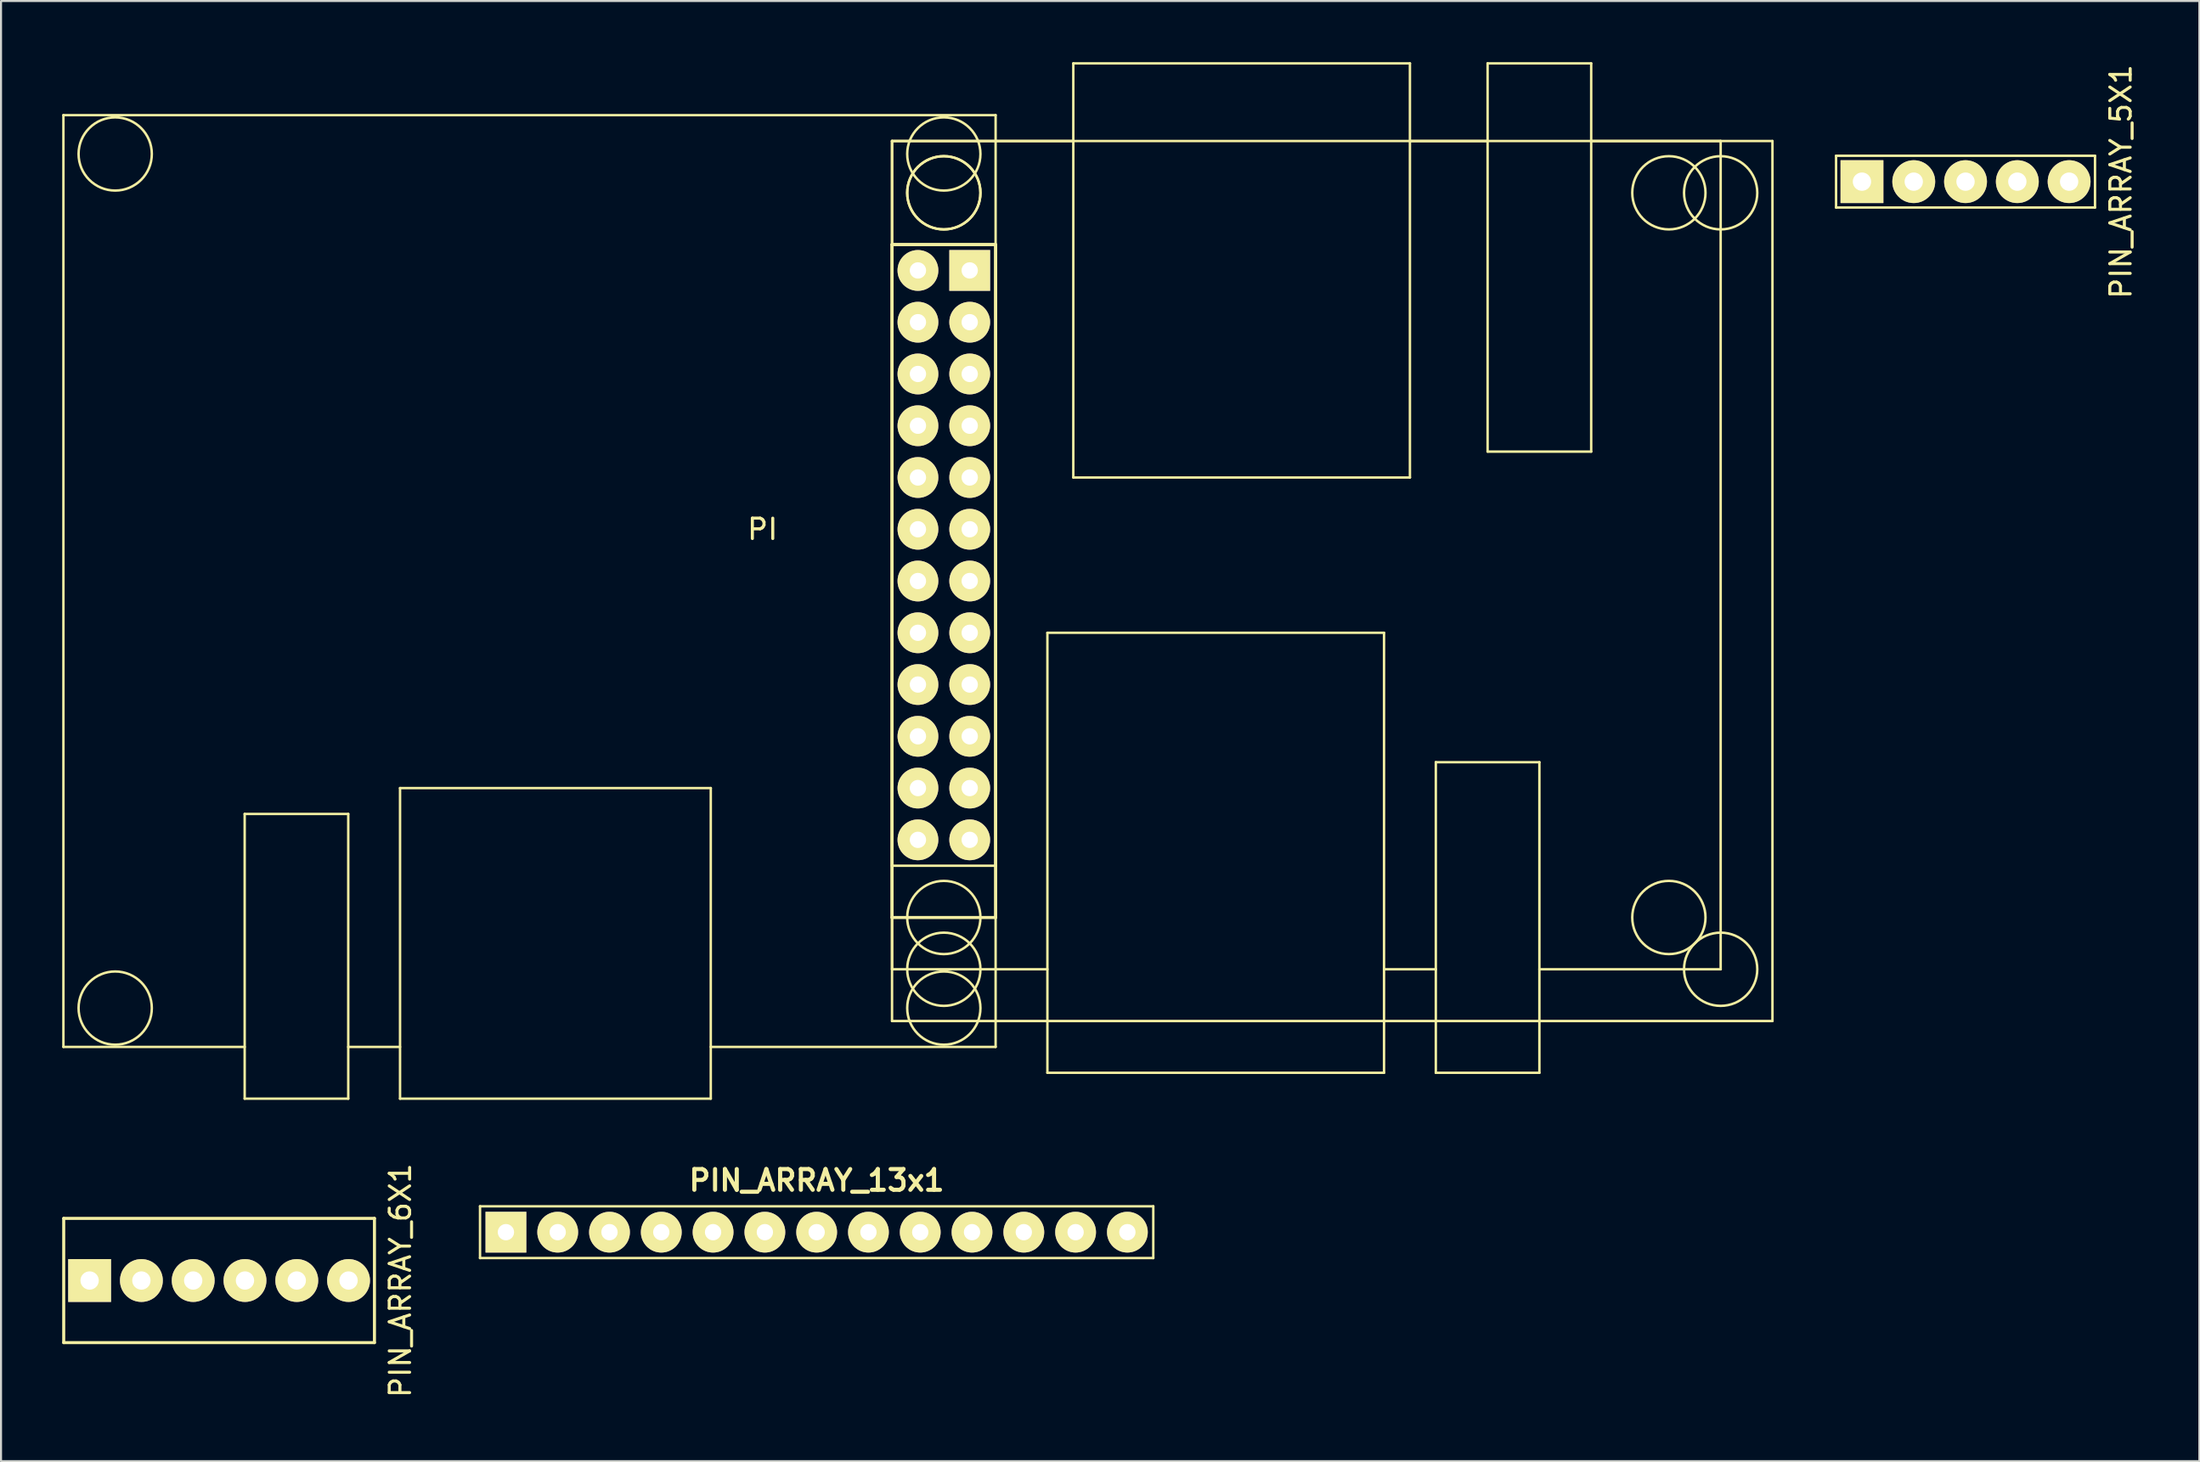
<source format=kicad_pcb>
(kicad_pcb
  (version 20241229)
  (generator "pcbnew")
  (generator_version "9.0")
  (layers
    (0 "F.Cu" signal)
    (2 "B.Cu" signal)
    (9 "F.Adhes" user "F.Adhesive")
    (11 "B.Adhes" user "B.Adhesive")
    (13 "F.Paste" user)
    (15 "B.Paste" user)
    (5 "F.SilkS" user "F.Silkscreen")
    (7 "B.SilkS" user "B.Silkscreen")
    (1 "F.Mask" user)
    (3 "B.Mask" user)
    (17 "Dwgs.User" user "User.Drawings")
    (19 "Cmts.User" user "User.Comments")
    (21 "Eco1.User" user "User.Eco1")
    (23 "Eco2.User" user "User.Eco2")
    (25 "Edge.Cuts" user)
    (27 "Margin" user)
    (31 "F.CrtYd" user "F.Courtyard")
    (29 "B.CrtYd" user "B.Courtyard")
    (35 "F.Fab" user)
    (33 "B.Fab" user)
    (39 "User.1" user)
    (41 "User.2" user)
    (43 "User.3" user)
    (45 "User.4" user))
  (footprint "PI"
    (layer "F.Cu")
    (at 44.51 25.46)
    (property "Reference" "PI" (at -10.16 -2.54 180) (layer "F.SilkS") (effects (font (size 1 1) (thickness 0.15))))
    (attr through_hole)
    (fp_line (start -44.45 22.86) (end -44.45 -22.86) (stroke (width 0.12) (type solid)) (layer "F.SilkS"))
    (fp_line (start -35.56 22.86) (end -44.45 22.86) (stroke (width 0.12) (type solid)) (layer "F.SilkS"))
    (fp_line (start -35.56 25.4) (end -35.56 11.43) (stroke (width 0.12) (type solid)) (layer "F.SilkS"))
    (fp_line (start -30.48 11.43) (end -35.56 11.43) (stroke (width 0.12) (type solid)) (layer "F.SilkS"))
    (fp_line (start -30.48 25.4) (end -35.56 25.4) (stroke (width 0.12) (type solid)) (layer "F.SilkS"))
    (fp_line (start -30.48 25.4) (end -30.48 11.43) (stroke (width 0.12) (type solid)) (layer "F.SilkS"))
    (fp_line (start -27.94 22.86) (end -30.48 22.86) (stroke (width 0.12) (type solid)) (layer "F.SilkS"))
    (fp_line (start -27.94 25.4) (end -27.94 10.16) (stroke (width 0.12) (type solid)) (layer "F.SilkS"))
    (fp_line (start -12.7 10.16) (end -27.94 10.16) (stroke (width 0.12) (type solid)) (layer "F.SilkS"))
    (fp_line (start -12.7 25.4) (end -27.94 25.4) (stroke (width 0.12) (type solid)) (layer "F.SilkS"))
    (fp_line (start -12.7 25.4) (end -12.7 10.16) (stroke (width 0.12) (type solid)) (layer "F.SilkS"))
    (fp_line (start -3.81 -21.59) (end -3.81 -16.51) (stroke (width 0.12) (type solid)) (layer "F.SilkS"))
    (fp_line (start -3.81 -21.59) (end 5.08 -21.59) (stroke (width 0.12) (type solid)) (layer "F.SilkS"))
    (fp_line (start -3.81 -21.59) (end 36.83 -21.59) (stroke (width 0.12) (type solid)) (layer "F.SilkS"))
    (fp_line (start -3.81 -16.51) (end -3.81 16.51) (stroke (width 0.12) (type solid)) (layer "F.SilkS"))
    (fp_line (start -3.81 -16.51) (end 1.27 -16.51) (stroke (width 0.15) (type solid)) (layer "F.SilkS"))
    (fp_line (start -3.81 13.97) (end -3.81 -16.51) (stroke (width 0.12) (type solid)) (layer "F.SilkS"))
    (fp_line (start -3.81 16.51) (end -3.81 -16.51) (stroke (width 0.15) (type solid)) (layer "F.SilkS"))
    (fp_line (start -3.81 16.51) (end -3.81 21.59) (stroke (width 0.12) (type solid)) (layer "F.SilkS"))
    (fp_line (start -3.81 16.51) (end 1.27 16.51) (stroke (width 0.12) (type solid)) (layer "F.SilkS"))
    (fp_line (start -3.81 19.05) (end -3.81 -21.59) (stroke (width 0.12) (type solid)) (layer "F.SilkS"))
    (fp_line (start -3.81 21.59) (end 39.37 21.59) (stroke (width 0.12) (type solid)) (layer "F.SilkS"))
    (fp_line (start 1.27 -22.86) (end -44.45 -22.86) (stroke (width 0.12) (type solid)) (layer "F.SilkS"))
    (fp_line (start 1.27 -16.51) (end -3.81 -16.51) (stroke (width 0.12) (type solid)) (layer "F.SilkS"))
    (fp_line (start 1.27 -16.51) (end -3.81 -16.51) (stroke (width 0.12) (type solid)) (layer "F.SilkS"))
    (fp_line (start 1.27 -16.51) (end 1.27 -22.86) (stroke (width 0.12) (type solid)) (layer "F.SilkS"))
    (fp_line (start 1.27 -16.51) (end 1.27 13.97) (stroke (width 0.12) (type solid)) (layer "F.SilkS"))
    (fp_line (start 1.27 -16.51) (end 1.27 16.51) (stroke (width 0.15) (type solid)) (layer "F.SilkS"))
    (fp_line (start 1.27 13.97) (end -3.81 13.97) (stroke (width 0.12) (type solid)) (layer "F.SilkS"))
    (fp_line (start 1.27 16.51) (end -3.81 16.51) (stroke (width 0.15) (type solid)) (layer "F.SilkS"))
    (fp_line (start 1.27 16.51) (end 1.27 -16.51) (stroke (width 0.12) (type solid)) (layer "F.SilkS"))
    (fp_line (start 1.27 22.86) (end -12.7 22.86) (stroke (width 0.12) (type solid)) (layer "F.SilkS"))
    (fp_line (start 1.27 22.86) (end 1.27 16.51) (stroke (width 0.12) (type solid)) (layer "F.SilkS"))
    (fp_line (start 3.81 2.54) (end 3.81 24.13) (stroke (width 0.12) (type solid)) (layer "F.SilkS"))
    (fp_line (start 3.81 2.54) (end 20.32 2.54) (stroke (width 0.12) (type solid)) (layer "F.SilkS"))
    (fp_line (start 3.81 19.05) (end -3.81 19.05) (stroke (width 0.12) (type solid)) (layer "F.SilkS"))
    (fp_line (start 5.08 -25.4) (end 21.59 -25.4) (stroke (width 0.12) (type solid)) (layer "F.SilkS"))
    (fp_line (start 5.08 -5.08) (end 5.08 -25.4) (stroke (width 0.12) (type solid)) (layer "F.SilkS"))
    (fp_line (start 20.32 24.13) (end 3.81 24.13) (stroke (width 0.12) (type solid)) (layer "F.SilkS"))
    (fp_line (start 20.32 24.13) (end 20.32 2.54) (stroke (width 0.12) (type solid)) (layer "F.SilkS"))
    (fp_line (start 21.59 -25.4) (end 21.59 -5.08) (stroke (width 0.12) (type solid)) (layer "F.SilkS"))
    (fp_line (start 21.59 -5.08) (end 5.08 -5.08) (stroke (width 0.12) (type solid)) (layer "F.SilkS"))
    (fp_line (start 22.86 8.89) (end 22.86 24.13) (stroke (width 0.12) (type solid)) (layer "F.SilkS"))
    (fp_line (start 22.86 8.89) (end 27.94 8.89) (stroke (width 0.12) (type solid)) (layer "F.SilkS"))
    (fp_line (start 22.86 19.05) (end 20.32 19.05) (stroke (width 0.12) (type solid)) (layer "F.SilkS"))
    (fp_line (start 25.4 -25.4) (end 30.48 -25.4) (stroke (width 0.12) (type solid)) (layer "F.SilkS"))
    (fp_line (start 25.4 -21.59) (end 21.59 -21.59) (stroke (width 0.12) (type solid)) (layer "F.SilkS"))
    (fp_line (start 25.4 -6.35) (end 25.4 -25.4) (stroke (width 0.12) (type solid)) (layer "F.SilkS"))
    (fp_line (start 27.94 24.13) (end 22.86 24.13) (stroke (width 0.12) (type solid)) (layer "F.SilkS"))
    (fp_line (start 27.94 24.13) (end 27.94 8.89) (stroke (width 0.12) (type solid)) (layer "F.SilkS"))
    (fp_line (start 30.48 -25.4) (end 30.48 -6.35) (stroke (width 0.12) (type solid)) (layer "F.SilkS"))
    (fp_line (start 30.48 -21.59) (end 39.37 -21.59) (stroke (width 0.12) (type solid)) (layer "F.SilkS"))
    (fp_line (start 30.48 -6.35) (end 25.4 -6.35) (stroke (width 0.12) (type solid)) (layer "F.SilkS"))
    (fp_line (start 36.83 -21.59) (end 36.83 19.05) (stroke (width 0.12) (type solid)) (layer "F.SilkS"))
    (fp_line (start 36.83 19.05) (end 27.94 19.05) (stroke (width 0.12) (type solid)) (layer "F.SilkS"))
    (fp_line (start 39.37 -21.59) (end 39.37 21.59) (stroke (width 0.12) (type solid)) (layer "F.SilkS"))
    (fp_circle (center -41.91 -20.955) (end -40.64 -22.225) (stroke (width 0.12) (type solid)) (fill no) (layer "F.SilkS"))
    (fp_circle (center -41.91 20.955) (end -43.18 19.685) (stroke (width 0.12) (type solid)) (fill no) (layer "F.SilkS"))
    (fp_circle (center -1.27 -20.955) (end -2.54 -22.225) (stroke (width 0.12) (type solid)) (fill no) (layer "F.SilkS"))
    (fp_circle (center -1.27 -19.05) (end 0 -20.32) (stroke (width 0.12) (type solid)) (fill no) (layer "F.SilkS"))
    (fp_circle (center -1.27 -19.05) (end 0 -17.78) (stroke (width 0.12) (type solid)) (fill no) (layer "F.SilkS"))
    (fp_circle (center -1.27 16.51) (end -2.54 15.24) (stroke (width 0.12) (type solid)) (fill no) (layer "F.SilkS"))
    (fp_circle (center -1.27 19.05) (end 0 20.32) (stroke (width 0.12) (type solid)) (fill no) (layer "F.SilkS"))
    (fp_circle (center -1.27 20.955) (end -2.54 19.685) (stroke (width 0.12) (type solid)) (fill no) (layer "F.SilkS"))
    (fp_circle (center 34.29 -19.05) (end 33.02 -20.32) (stroke (width 0.12) (type solid)) (fill no) (layer "F.SilkS"))
    (fp_circle (center 34.29 16.51) (end 33.02 15.24) (stroke (width 0.12) (type solid)) (fill no) (layer "F.SilkS"))
    (fp_circle (center 36.83 -19.05) (end 38.1 -17.78) (stroke (width 0.12) (type solid)) (fill no) (layer "F.SilkS"))
    (fp_circle (center 36.83 19.05) (end 35.56 20.32) (stroke (width 0.12) (type solid)) (fill no) (layer "F.SilkS"))
    (pad "1" thru_hole rect (at 0 -15.24 270) (size 2 2) (drill 0.8) (layers "*.Cu" "*.Mask" "F.SilkS"))
    (pad "2" thru_hole circle (at -2.54 -15.24 270) (size 2 2) (drill 0.8) (layers "*.Cu" "*.Mask" "F.SilkS"))
    (pad "3" thru_hole circle (at 0 -12.7 270) (size 2 2) (drill 0.8) (layers "*.Cu" "*.Mask" "F.SilkS"))
    (pad "4" thru_hole circle (at -2.54 -12.7 270) (size 2 2) (drill 0.8) (layers "*.Cu" "*.Mask" "F.SilkS"))
    (pad "5" thru_hole circle (at 0 -10.16 270) (size 2 2) (drill 0.8) (layers "*.Cu" "*.Mask" "F.SilkS"))
    (pad "6" thru_hole circle (at -2.54 -10.16 270) (size 2 2) (drill 0.8) (layers "*.Cu" "*.Mask" "F.SilkS"))
    (pad "7" thru_hole circle (at 0 -7.62 270) (size 2 2) (drill 0.8) (layers "*.Cu" "*.Mask" "F.SilkS"))
    (pad "8" thru_hole circle (at -2.54 -7.62 270) (size 2 2) (drill 0.8) (layers "*.Cu" "*.Mask" "F.SilkS"))
    (pad "9" thru_hole circle (at 0 -5.08 270) (size 2 2) (drill 0.8) (layers "*.Cu" "*.Mask" "F.SilkS"))
    (pad "10" thru_hole circle (at -2.54 -5.08 270) (size 2 2) (drill 0.8) (layers "*.Cu" "*.Mask" "F.SilkS"))
    (pad "11" thru_hole circle (at 0 -2.54 270) (size 1.999 1.999) (drill 0.8) (layers "*.Cu" "*.Mask" "F.SilkS"))
    (pad "12" thru_hole circle (at -2.54 -2.54 270) (size 1.999 1.999) (drill 0.8) (layers "*.Cu" "*.Mask" "F.SilkS"))
    (pad "13" thru_hole circle (at 0 0 270) (size 1.999 1.999) (drill 0.8) (layers "*.Cu" "*.Mask" "F.SilkS"))
    (pad "14" thru_hole circle (at -2.54 0 270) (size 1.999 1.999) (drill 0.8) (layers "*.Cu" "*.Mask" "F.SilkS"))
    (pad "15" thru_hole circle (at 0 2.54 270) (size 1.999 1.999) (drill 0.8) (layers "*.Cu" "*.Mask" "F.SilkS"))
    (pad "16" thru_hole circle (at -2.54 2.54 270) (size 1.999 1.999) (drill 0.8) (layers "*.Cu" "*.Mask" "F.SilkS"))
    (pad "17" thru_hole circle (at 0 5.08) (size 1.999 1.999) (drill 0.8) (layers "*.Cu" "*.Mask" "F.SilkS"))
    (pad "18" thru_hole circle (at -2.54 5.08 270) (size 1.999 1.999) (drill 0.8) (layers "*.Cu" "*.Mask" "F.SilkS"))
    (pad "19" thru_hole circle (at 0 7.62 270) (size 1.999 1.999) (drill 0.8) (layers "*.Cu" "*.Mask" "F.SilkS"))
    (pad "20" thru_hole circle (at -2.54 7.62 270) (size 1.999 1.999) (drill 0.8) (layers "*.Cu" "*.Mask" "F.SilkS"))
    (pad "21" thru_hole circle (at 0 10.16 270) (size 1.999 1.999) (drill 0.8) (layers "*.Cu" "*.Mask" "F.SilkS"))
    (pad "22" thru_hole circle (at -2.54 10.16 270) (size 1.999 1.999) (drill 0.8) (layers "*.Cu" "*.Mask" "F.SilkS"))
    (pad "23" thru_hole circle (at 0 12.7 270) (size 1.999 1.999) (drill 0.8) (layers "*.Cu" "*.Mask" "F.SilkS"))
    (pad "24" thru_hole circle (at -2.54 12.7 270) (size 1.999 1.999) (drill 0.8) (layers "*.Cu" "*.Mask" "F.SilkS")))
  (footprint "PIN_ARRAY_13x1"
    (layer "F.Cu")
    (at 37.003 57.411)
    (property "Reference" "PIN_ARRAY_13x1" (at 0 -2.54 0) (layer "F.SilkS") (effects (font (size 1.016 1.016) (thickness 0.203))))
    (attr through_hole)
    (fp_line (start -16.51 -1.27) (end -16.51 1.27) (stroke (width 0.12) (type solid)) (layer "F.SilkS"))
    (fp_line (start -16.51 -1.27) (end 16.51 -1.27) (stroke (width 0.12) (type solid)) (layer "F.SilkS"))
    (fp_line (start -16.51 1.27) (end 16.51 1.27) (stroke (width 0.12) (type solid)) (layer "F.SilkS"))
    (fp_line (start 16.51 -1.27) (end 16.51 1.27) (stroke (width 0.12) (type solid)) (layer "F.SilkS"))
    (pad "1" thru_hole rect (at -15.24 0) (size 2 2) (drill 0.8) (layers "*.Cu" "*.Mask" "F.SilkS"))
    (pad "2" thru_hole circle (at -12.7 0) (size 2 2) (drill 0.8) (layers "*.Cu" "*.Mask" "F.SilkS"))
    (pad "3" thru_hole circle (at -10.16 0) (size 2 2) (drill 0.8) (layers "*.Cu" "*.Mask" "F.SilkS"))
    (pad "4" thru_hole circle (at -7.62 0) (size 2 2) (drill 0.8) (layers "*.Cu" "*.Mask" "F.SilkS"))
    (pad "5" thru_hole circle (at -5.08 0) (size 2 2) (drill 0.8) (layers "*.Cu" "*.Mask" "F.SilkS"))
    (pad "6" thru_hole circle (at -2.54 0) (size 1.999 1.999) (drill 0.8) (layers "*.Cu" "*.Mask" "F.SilkS"))
    (pad "7" thru_hole circle (at 0 0) (size 1.999 1.999) (drill 0.8) (layers "*.Cu" "*.Mask" "F.SilkS"))
    (pad "8" thru_hole circle (at 2.54 0) (size 1.999 1.999) (drill 0.8) (layers "*.Cu" "*.Mask" "F.SilkS"))
    (pad "9" thru_hole circle (at 5.08 0) (size 1.999 1.999) (drill 0.8) (layers "*.Cu" "*.Mask" "F.SilkS"))
    (pad "10" thru_hole circle (at 7.62 0) (size 1.999 1.999) (drill 0.8) (layers "*.Cu" "*.Mask" "F.SilkS"))
    (pad "11" thru_hole circle (at 10.16 0) (size 1.999 1.999) (drill 0.8) (layers "*.Cu" "*.Mask" "F.SilkS"))
    (pad "12" thru_hole circle (at 12.7 0) (size 1.999 1.999) (drill 0.8) (layers "*.Cu" "*.Mask" "F.SilkS"))
    (pad "13" thru_hole circle (at 15.24 0) (size 1.999 1.999) (drill 0.8) (layers "*.Cu" "*.Mask" "F.SilkS")))
  (footprint "PIN_ARRAY_5X1"
    (layer "F.Cu")
    (at 93.35 5.863)
    (property "Reference" "PIN_ARRAY_5X1" (at 7.62 0 90) (layer "F.SilkS") (effects (font (size 1 1) (thickness 0.15))))
    (attr through_hole)
    (fp_line (start -6.35 -1.27) (end -6.35 1.27) (stroke (width 0.12) (type solid)) (layer "F.SilkS"))
    (fp_line (start -6.35 1.27) (end 6.35 1.27) (stroke (width 0.12) (type solid)) (layer "F.SilkS"))
    (fp_line (start 6.35 -1.27) (end -6.35 -1.27) (stroke (width 0.12) (type solid)) (layer "F.SilkS"))
    (fp_line (start 6.35 1.27) (end 6.35 -1.27) (stroke (width 0.12) (type solid)) (layer "F.SilkS"))
    (pad "1" thru_hole rect (at -5.08 0) (size 2.101 2.101) (drill 0.899) (layers "*.Cu" "*.Mask" "F.SilkS"))
    (pad "2" thru_hole circle (at -2.54 0) (size 2.101 2.101) (drill 0.899) (layers "*.Cu" "*.Mask" "F.SilkS"))
    (pad "3" thru_hole circle (at 0 0) (size 2.101 2.101) (drill 0.899) (layers "*.Cu" "*.Mask" "F.SilkS"))
    (pad "4" thru_hole circle (at 2.54 0) (size 2.101 2.101) (drill 0.899) (layers "*.Cu" "*.Mask" "F.SilkS"))
    (pad "5" thru_hole circle (at 5.08 0) (size 2.101 2.101) (drill 0.899) (layers "*.Cu" "*.Mask" "F.SilkS")))
  (footprint "PIN_ARRAY_6X1"
    (layer "F.Cu")
    (at 7.695 59.783)
    (property "Reference" "PIN_ARRAY_6X1" (at 8.89 0 90) (layer "F.SilkS") (effects (font (size 1 1) (thickness 0.15))))
    (attr through_hole)
    (fp_line (start -7.62 -3.048) (end 7.62 -3.048) (stroke (width 0.15) (type solid)) (layer "F.SilkS"))
    (fp_line (start -7.62 3.048) (end -7.62 -3.048) (stroke (width 0.15) (type solid)) (layer "F.SilkS"))
    (fp_line (start 7.62 -3.048) (end 7.62 3.048) (stroke (width 0.15) (type solid)) (layer "F.SilkS"))
    (fp_line (start 7.62 3.048) (end -7.62 3.048) (stroke (width 0.15) (type solid)) (layer "F.SilkS"))
    (pad "1" thru_hole rect (at -6.35 0) (size 2.101 2.101) (drill 0.899) (layers "*.Cu" "*.Mask" "F.SilkS"))
    (pad "2" thru_hole circle (at -3.81 0) (size 2.101 2.101) (drill 0.899) (layers "*.Cu" "*.Mask" "F.SilkS"))
    (pad "3" thru_hole circle (at -1.27 0) (size 2.101 2.101) (drill 0.899) (layers "*.Cu" "*.Mask" "F.SilkS"))
    (pad "4" thru_hole circle (at 1.27 0) (size 2.101 2.101) (drill 0.899) (layers "*.Cu" "*.Mask" "F.SilkS"))
    (pad "5" thru_hole circle (at 3.81 0) (size 2.101 2.101) (drill 0.899) (layers "*.Cu" "*.Mask" "F.SilkS"))
    (pad "6" thru_hole circle (at 6.35 0) (size 2.101 2.101) (drill 0.899) (layers "*.Cu" "*.Mask" "F.SilkS")))
  (gr_rect
    (start -3 -3)
    (end 104.818 68.646)
    (stroke (width 0.1) (type default))
    (fill no)
    (layer "Edge.Cuts")))
</source>
